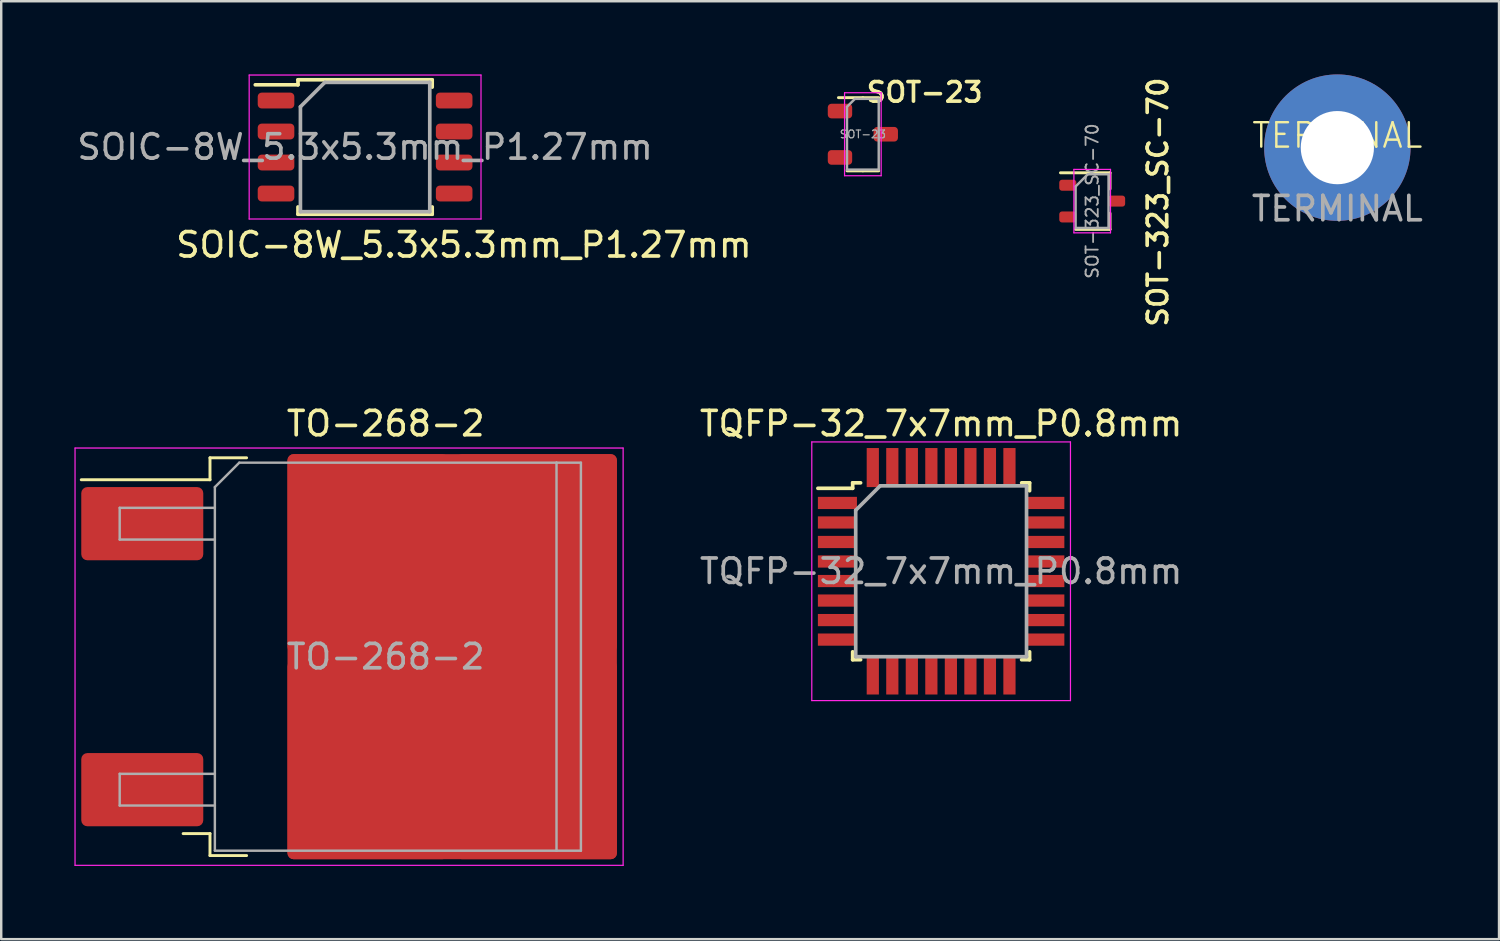
<source format=kicad_pcb>
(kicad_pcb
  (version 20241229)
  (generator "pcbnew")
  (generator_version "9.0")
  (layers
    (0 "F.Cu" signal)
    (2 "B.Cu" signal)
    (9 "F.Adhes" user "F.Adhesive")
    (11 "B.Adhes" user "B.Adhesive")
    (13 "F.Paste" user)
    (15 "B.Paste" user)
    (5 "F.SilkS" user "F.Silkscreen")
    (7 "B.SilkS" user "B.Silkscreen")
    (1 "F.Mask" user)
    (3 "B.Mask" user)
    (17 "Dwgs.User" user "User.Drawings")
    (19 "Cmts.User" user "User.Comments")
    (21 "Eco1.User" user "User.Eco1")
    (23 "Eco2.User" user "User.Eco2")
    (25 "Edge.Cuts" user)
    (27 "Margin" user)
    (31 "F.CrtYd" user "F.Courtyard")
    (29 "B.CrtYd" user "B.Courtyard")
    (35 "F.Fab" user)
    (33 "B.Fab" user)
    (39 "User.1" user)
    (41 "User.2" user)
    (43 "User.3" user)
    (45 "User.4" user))
  (footprint "SOT-23"
    (layer "F.Cu")
    (at 32.309 2.451)
    (property "Reference" "SOT-23" (at 2.531 -1.72 0) (layer "F.SilkS") (effects (font (size 0.8 0.8) (thickness 0.15))))
    (attr smd)
    (fp_line (start 0 -1.5) (end -1 -1.5) (stroke (width 0.12) (type solid)) (layer "F.SilkS"))
    (fp_line (start 0 -1.5) (end 0.65 -1.5) (stroke (width 0.12) (type solid)) (layer "F.SilkS"))
    (fp_line (start 0 1.5) (end -0.65 1.5) (stroke (width 0.12) (type solid)) (layer "F.SilkS"))
    (fp_line (start 0 1.5) (end 0.65 1.5) (stroke (width 0.12) (type solid)) (layer "F.SilkS"))
    (fp_line (start -0.75 -1.7) (end -0.75 1.7) (stroke (width 0.05) (type solid)) (layer "F.CrtYd"))
    (fp_line (start -0.75 1.7) (end 0.75 1.7) (stroke (width 0.05) (type solid)) (layer "F.CrtYd"))
    (fp_line (start 0.75 -1.7) (end -0.75 -1.7) (stroke (width 0.05) (type solid)) (layer "F.CrtYd"))
    (fp_line (start 0.75 1.7) (end 0.75 -1.7) (stroke (width 0.05) (type solid)) (layer "F.CrtYd"))
    (fp_line (start -0.65 -1.125) (end -0.325 -1.45) (stroke (width 0.1) (type solid)) (layer "F.Fab"))
    (fp_line (start -0.65 1.45) (end -0.65 -1.125) (stroke (width 0.1) (type solid)) (layer "F.Fab"))
    (fp_line (start -0.325 -1.45) (end 0.65 -1.45) (stroke (width 0.1) (type solid)) (layer "F.Fab"))
    (fp_line (start 0.65 -1.45) (end 0.65 1.45) (stroke (width 0.1) (type solid)) (layer "F.Fab"))
    (fp_line (start 0.65 1.45) (end -0.65 1.45) (stroke (width 0.1) (type solid)) (layer "F.Fab"))
    (fp_text user "${REFERENCE}" (at 0 0 0) (layer "F.Fab") (effects (font (size 0.32 0.32) (thickness 0.05))))
    (pad "1" smd roundrect (at -0.938 -0.95) (size 1 0.6) (layers "F.Cu" "F.Mask" "F.Paste") (roundrect_rratio 0.25))
    (pad "2" smd roundrect (at -0.938 0.95) (size 1 0.6) (layers "F.Cu" "F.Mask" "F.Paste") (roundrect_rratio 0.25))
    (pad "3" smd roundrect (at 0.938 0) (size 1 0.6) (layers "F.Cu" "F.Mask" "F.Paste") (roundrect_rratio 0.25)))
  (footprint "SOIC-8W_5.3x5.3mm_P1.27mm"
    (layer "F.Cu")
    (at 11.911 2.975)
    (property "Reference" "SOIC-8W_5.3x5.3mm_P1.27mm" (at 4.05 4.01 0) (layer "F.SilkS") (effects (font (size 1 1) (thickness 0.15))))
    (attr smd)
    (fp_line (start -2.75 -2.755) (end -2.75 -2.55) (stroke (width 0.15) (type solid)) (layer "F.SilkS"))
    (fp_line (start -2.75 -2.755) (end 2.75 -2.755) (stroke (width 0.15) (type solid)) (layer "F.SilkS"))
    (fp_line (start -2.75 -2.55) (end -4.5 -2.55) (stroke (width 0.15) (type solid)) (layer "F.SilkS"))
    (fp_line (start -2.75 2.755) (end -2.75 2.455) (stroke (width 0.15) (type solid)) (layer "F.SilkS"))
    (fp_line (start -2.75 2.755) (end 2.75 2.755) (stroke (width 0.15) (type solid)) (layer "F.SilkS"))
    (fp_line (start 2.75 -2.755) (end 2.75 -2.455) (stroke (width 0.15) (type solid)) (layer "F.SilkS"))
    (fp_line (start 2.75 2.755) (end 2.75 2.455) (stroke (width 0.15) (type solid)) (layer "F.SilkS"))
    (fp_line (start -4.75 -2.95) (end -4.75 2.95) (stroke (width 0.05) (type solid)) (layer "F.CrtYd"))
    (fp_line (start -4.75 -2.95) (end 4.75 -2.95) (stroke (width 0.05) (type solid)) (layer "F.CrtYd"))
    (fp_line (start -4.75 2.95) (end 4.75 2.95) (stroke (width 0.05) (type solid)) (layer "F.CrtYd"))
    (fp_line (start 4.75 -2.95) (end 4.75 2.95) (stroke (width 0.05) (type solid)) (layer "F.CrtYd"))
    (fp_line (start -2.65 -1.65) (end -1.65 -2.65) (stroke (width 0.15) (type solid)) (layer "F.Fab"))
    (fp_line (start -2.65 2.65) (end -2.65 -1.65) (stroke (width 0.15) (type solid)) (layer "F.Fab"))
    (fp_line (start -1.65 -2.65) (end 2.65 -2.65) (stroke (width 0.15) (type solid)) (layer "F.Fab"))
    (fp_line (start 2.65 -2.65) (end 2.65 2.65) (stroke (width 0.15) (type solid)) (layer "F.Fab"))
    (fp_line (start 2.65 2.65) (end -2.65 2.65) (stroke (width 0.15) (type solid)) (layer "F.Fab"))
    (fp_text user "${REFERENCE}" (at 0 0 0) (layer "F.Fab") (effects (font (size 1 1) (thickness 0.15))))
    (pad "1" smd roundrect (at -3.65 -1.905) (size 1.5 0.65) (layers "F.Cu" "F.Mask" "F.Paste") (roundrect_rratio 0.25))
    (pad "2" smd roundrect (at -3.65 -0.635) (size 1.5 0.65) (layers "F.Cu" "F.Mask" "F.Paste") (roundrect_rratio 0.25))
    (pad "3" smd roundrect (at -3.65 0.635) (size 1.5 0.65) (layers "F.Cu" "F.Mask" "F.Paste") (roundrect_rratio 0.25))
    (pad "4" smd roundrect (at -3.65 1.905) (size 1.5 0.65) (layers "F.Cu" "F.Mask" "F.Paste") (roundrect_rratio 0.25))
    (pad "5" smd roundrect (at 3.65 1.905) (size 1.5 0.65) (layers "F.Cu" "F.Mask" "F.Paste") (roundrect_rratio 0.25))
    (pad "6" smd roundrect (at 3.65 0.635) (size 1.5 0.65) (layers "F.Cu" "F.Mask" "F.Paste") (roundrect_rratio 0.25))
    (pad "7" smd roundrect (at 3.65 -0.635) (size 1.5 0.65) (layers "F.Cu" "F.Mask" "F.Paste") (roundrect_rratio 0.25))
    (pad "8" smd roundrect (at 3.65 -1.905) (size 1.5 0.65) (layers "F.Cu" "F.Mask" "F.Paste") (roundrect_rratio 0.25)))
  (footprint "TO-268-2"
    (layer "F.Cu")
    (at 12.755 23.86)
    (property "Reference" "TO-268-2" (at 0 -9.55 0) (layer "F.SilkS") (effects (font (size 1 1) (thickness 0.15))))
    (attr smd)
    (fp_line (start -7.2 -8.15) (end -7.2 -7.25) (stroke (width 0.12) (type solid)) (layer "F.SilkS"))
    (fp_line (start -7.2 -7.25) (end -12.475 -7.25) (stroke (width 0.12) (type solid)) (layer "F.SilkS"))
    (fp_line (start -7.2 7.25) (end -8.3 7.25) (stroke (width 0.12) (type solid)) (layer "F.SilkS"))
    (fp_line (start -7.2 8.15) (end -7.2 7.25) (stroke (width 0.12) (type solid)) (layer "F.SilkS"))
    (fp_line (start -5.7 -8.15) (end -7.2 -8.15) (stroke (width 0.12) (type solid)) (layer "F.SilkS"))
    (fp_line (start -5.7 8.15) (end -7.2 8.15) (stroke (width 0.12) (type solid)) (layer "F.SilkS"))
    (fp_line (start -12.73 -8.55) (end -12.73 8.55) (stroke (width 0.05) (type solid)) (layer "F.CrtYd"))
    (fp_line (start -12.73 8.55) (end 9.73 8.55) (stroke (width 0.05) (type solid)) (layer "F.CrtYd"))
    (fp_line (start 9.73 -8.55) (end -12.73 -8.55) (stroke (width 0.05) (type solid)) (layer "F.CrtYd"))
    (fp_line (start 9.73 8.55) (end 9.73 -8.55) (stroke (width 0.05) (type solid)) (layer "F.CrtYd"))
    (fp_line (start -10.9 -6.1) (end -10.9 -4.8) (stroke (width 0.1) (type solid)) (layer "F.Fab"))
    (fp_line (start -10.9 -4.8) (end -7 -4.8) (stroke (width 0.1) (type solid)) (layer "F.Fab"))
    (fp_line (start -10.9 4.8) (end -10.9 6.1) (stroke (width 0.1) (type solid)) (layer "F.Fab"))
    (fp_line (start -10.9 6.1) (end -7 6.1) (stroke (width 0.1) (type solid)) (layer "F.Fab"))
    (fp_line (start -7 -6.95) (end -6 -7.95) (stroke (width 0.1) (type solid)) (layer "F.Fab"))
    (fp_line (start -7 -6.1) (end -10.9 -6.1) (stroke (width 0.1) (type solid)) (layer "F.Fab"))
    (fp_line (start -7 4.8) (end -10.9 4.8) (stroke (width 0.1) (type solid)) (layer "F.Fab"))
    (fp_line (start -7 7.95) (end -7 -6.95) (stroke (width 0.1) (type solid)) (layer "F.Fab"))
    (fp_line (start -6 -7.95) (end 7 -7.95) (stroke (width 0.1) (type solid)) (layer "F.Fab"))
    (fp_line (start 7 -7.95) (end 7 7.95) (stroke (width 0.1) (type solid)) (layer "F.Fab"))
    (fp_line (start 7 -7.95) (end 8 -7.95) (stroke (width 0.1) (type solid)) (layer "F.Fab"))
    (fp_line (start 7 7.95) (end -7 7.95) (stroke (width 0.1) (type solid)) (layer "F.Fab"))
    (fp_line (start 8 -7.95) (end 8 7.95) (stroke (width 0.1) (type solid)) (layer "F.Fab"))
    (fp_line (start 8 7.95) (end 7 7.95) (stroke (width 0.1) (type solid)) (layer "F.Fab"))
    (fp_text user "${REFERENCE}" (at 0 0 0) (layer "F.Fab") (effects (font (size 1 1) (thickness 0.15))))
    (pad "1" smd roundrect (at -9.975 -5.45) (size 5 3) (layers "F.Cu" "F.Mask" "F.Paste") (roundrect_rratio 0.083))
    (pad "2" smd roundrect (at -0.725 -4.225) (size 6.6 8.15) (layers "F.Cu" "F.Paste") (roundrect_rratio 0.038))
    (pad "2" smd roundrect (at -0.725 4.225) (size 6.6 8.15) (layers "F.Cu" "F.Paste") (roundrect_rratio 0.038))
    (pad "2" smd roundrect (at 2.725 0) (size 13.5 16.6) (layers "*.Mask" "F.Cu") (roundrect_rratio 0.019))
    (pad "2" smd roundrect (at 6.175 -4.225) (size 6.6 8.15) (layers "F.Cu" "F.Paste") (roundrect_rratio 0.038))
    (pad "2" smd roundrect (at 6.175 4.225) (size 6.6 8.15) (layers "F.Cu" "F.Paste") (roundrect_rratio 0.038))
    (pad "3" smd roundrect (at -9.975 5.45) (size 5 3) (layers "F.Cu" "F.Mask" "F.Paste") (roundrect_rratio 0.083)))
  (footprint "TQFP-32_7x7mm_P0.8mm"
    (layer "F.Cu")
    (at 35.516 20.36)
    (property "Reference" "TQFP-32_7x7mm_P0.8mm" (at 0 -6.05 0) (layer "F.SilkS") (effects (font (size 1 1) (thickness 0.15))))
    (attr smd)
    (fp_line (start -3.625 -3.625) (end -3.625 -3.4) (stroke (width 0.15) (type solid)) (layer "F.SilkS"))
    (fp_line (start -3.625 -3.625) (end -3.3 -3.625) (stroke (width 0.15) (type solid)) (layer "F.SilkS"))
    (fp_line (start -3.625 -3.4) (end -5.05 -3.4) (stroke (width 0.15) (type solid)) (layer "F.SilkS"))
    (fp_line (start -3.625 3.625) (end -3.625 3.3) (stroke (width 0.15) (type solid)) (layer "F.SilkS"))
    (fp_line (start -3.625 3.625) (end -3.3 3.625) (stroke (width 0.15) (type solid)) (layer "F.SilkS"))
    (fp_line (start 3.625 -3.625) (end 3.3 -3.625) (stroke (width 0.15) (type solid)) (layer "F.SilkS"))
    (fp_line (start 3.625 -3.625) (end 3.625 -3.3) (stroke (width 0.15) (type solid)) (layer "F.SilkS"))
    (fp_line (start 3.625 3.625) (end 3.3 3.625) (stroke (width 0.15) (type solid)) (layer "F.SilkS"))
    (fp_line (start 3.625 3.625) (end 3.625 3.3) (stroke (width 0.15) (type solid)) (layer "F.SilkS"))
    (fp_line (start -5.3 -5.3) (end -5.3 5.3) (stroke (width 0.05) (type solid)) (layer "F.CrtYd"))
    (fp_line (start -5.3 -5.3) (end 5.3 -5.3) (stroke (width 0.05) (type solid)) (layer "F.CrtYd"))
    (fp_line (start -5.3 5.3) (end 5.3 5.3) (stroke (width 0.05) (type solid)) (layer "F.CrtYd"))
    (fp_line (start 5.3 -5.3) (end 5.3 5.3) (stroke (width 0.05) (type solid)) (layer "F.CrtYd"))
    (fp_line (start -3.5 -2.5) (end -2.5 -3.5) (stroke (width 0.15) (type solid)) (layer "F.Fab"))
    (fp_line (start -3.5 3.5) (end -3.5 -2.5) (stroke (width 0.15) (type solid)) (layer "F.Fab"))
    (fp_line (start -2.5 -3.5) (end 3.5 -3.5) (stroke (width 0.15) (type solid)) (layer "F.Fab"))
    (fp_line (start 3.5 -3.5) (end 3.5 3.5) (stroke (width 0.15) (type solid)) (layer "F.Fab"))
    (fp_line (start 3.5 3.5) (end -3.5 3.5) (stroke (width 0.15) (type solid)) (layer "F.Fab"))
    (fp_text user "${REFERENCE}" (at 0 0 0) (layer "F.Fab") (effects (font (size 1 1) (thickness 0.15))))
    (pad "1" smd rect (at -4.25 -2.8) (size 1.6 0.5) (layers "F.Cu" "F.Mask" "F.Paste"))
    (pad "2" smd rect (at -4.25 -2) (size 1.6 0.5) (layers "F.Cu" "F.Mask" "F.Paste"))
    (pad "3" smd rect (at -4.25 -1.2) (size 1.6 0.5) (layers "F.Cu" "F.Mask" "F.Paste"))
    (pad "4" smd rect (at -4.25 -0.4) (size 1.6 0.5) (layers "F.Cu" "F.Mask" "F.Paste"))
    (pad "5" smd rect (at -4.25 0.4) (size 1.6 0.5) (layers "F.Cu" "F.Mask" "F.Paste"))
    (pad "6" smd rect (at -4.25 1.2) (size 1.6 0.5) (layers "F.Cu" "F.Mask" "F.Paste"))
    (pad "7" smd rect (at -4.25 2) (size 1.6 0.5) (layers "F.Cu" "F.Mask" "F.Paste"))
    (pad "8" smd rect (at -4.25 2.8) (size 1.6 0.5) (layers "F.Cu" "F.Mask" "F.Paste"))
    (pad "9" smd rect (at -2.8 4.25 90) (size 1.6 0.5) (layers "F.Cu" "F.Mask" "F.Paste"))
    (pad "10" smd rect (at -2 4.25 90) (size 1.6 0.5) (layers "F.Cu" "F.Mask" "F.Paste"))
    (pad "11" smd rect (at -1.2 4.25 90) (size 1.6 0.5) (layers "F.Cu" "F.Mask" "F.Paste"))
    (pad "12" smd rect (at -0.4 4.25 90) (size 1.6 0.5) (layers "F.Cu" "F.Mask" "F.Paste"))
    (pad "13" smd rect (at 0.4 4.25 90) (size 1.6 0.5) (layers "F.Cu" "F.Mask" "F.Paste"))
    (pad "14" smd rect (at 1.2 4.25 90) (size 1.6 0.5) (layers "F.Cu" "F.Mask" "F.Paste"))
    (pad "15" smd rect (at 2 4.25 90) (size 1.6 0.5) (layers "F.Cu" "F.Mask" "F.Paste"))
    (pad "16" smd rect (at 2.8 4.25 90) (size 1.6 0.5) (layers "F.Cu" "F.Mask" "F.Paste"))
    (pad "17" smd rect (at 4.25 2.8) (size 1.6 0.5) (layers "F.Cu" "F.Mask" "F.Paste"))
    (pad "18" smd rect (at 4.25 2) (size 1.6 0.5) (layers "F.Cu" "F.Mask" "F.Paste"))
    (pad "19" smd rect (at 4.25 1.2) (size 1.6 0.5) (layers "F.Cu" "F.Mask" "F.Paste"))
    (pad "20" smd rect (at 4.25 0.4) (size 1.6 0.5) (layers "F.Cu" "F.Mask" "F.Paste"))
    (pad "21" smd rect (at 4.25 -0.4) (size 1.6 0.5) (layers "F.Cu" "F.Mask" "F.Paste"))
    (pad "22" smd rect (at 4.25 -1.2) (size 1.6 0.5) (layers "F.Cu" "F.Mask" "F.Paste"))
    (pad "23" smd rect (at 4.25 -2) (size 1.6 0.5) (layers "F.Cu" "F.Mask" "F.Paste"))
    (pad "24" smd rect (at 4.25 -2.8) (size 1.6 0.5) (layers "F.Cu" "F.Mask" "F.Paste"))
    (pad "25" smd rect (at 2.8 -4.25 90) (size 1.6 0.5) (layers "F.Cu" "F.Mask" "F.Paste"))
    (pad "26" smd rect (at 2 -4.25 90) (size 1.6 0.5) (layers "F.Cu" "F.Mask" "F.Paste"))
    (pad "27" smd rect (at 1.2 -4.25 90) (size 1.6 0.5) (layers "F.Cu" "F.Mask" "F.Paste"))
    (pad "28" smd rect (at 0.4 -4.25 90) (size 1.6 0.5) (layers "F.Cu" "F.Mask" "F.Paste"))
    (pad "29" smd rect (at -0.4 -4.25 90) (size 1.6 0.5) (layers "F.Cu" "F.Mask" "F.Paste"))
    (pad "30" smd rect (at -1.2 -4.25 90) (size 1.6 0.5) (layers "F.Cu" "F.Mask" "F.Paste"))
    (pad "31" smd rect (at -2 -4.25 90) (size 1.6 0.5) (layers "F.Cu" "F.Mask" "F.Paste"))
    (pad "32" smd rect (at -2.8 -4.25 90) (size 1.6 0.5) (layers "F.Cu" "F.Mask" "F.Paste")))
  (footprint "TERMINAL"
    (layer "F.Cu")
    (at 51.753 3)
    (property "Reference" "TERMINAL" (at 0 -0.5 0) (unlocked yes) (layer "F.SilkS") (effects (font (size 1 1) (thickness 0.1))))
    (fp_text user "${REFERENCE}" (at 0 2.5 0) (unlocked yes) (layer "F.Fab") (effects (font (size 1 1) (thickness 0.15))))
    (pad "1" thru_hole circle (at 0 0) (size 6 6) (drill 3) (layers "*.Cu" "*.Mask")))
  (footprint "SOT-323_SC-70"
    (layer "F.Cu")
    (at 41.707 5.191)
    (property "Reference" "SOT-323_SC-70" (at 2.69 0.04 270) (layer "F.SilkS") (effects (font (size 0.8 0.8) (thickness 0.15))))
    (attr smd)
    (fp_line (start -0.68 1.16) (end 0.73 1.16) (stroke (width 0.12) (type solid)) (layer "F.SilkS"))
    (fp_line (start 0.73 -1.16) (end -1.3 -1.16) (stroke (width 0.12) (type solid)) (layer "F.SilkS"))
    (fp_line (start 0.73 -1.16) (end 0.73 -0.5) (stroke (width 0.12) (type solid)) (layer "F.SilkS"))
    (fp_line (start 0.73 0.5) (end 0.73 1.16) (stroke (width 0.12) (type solid)) (layer "F.SilkS"))
    (fp_line (start -0.75 -1.3) (end 0.75 -1.3) (stroke (width 0.05) (type solid)) (layer "F.CrtYd"))
    (fp_line (start -0.75 1.3) (end -0.75 -1.3) (stroke (width 0.05) (type solid)) (layer "F.CrtYd"))
    (fp_line (start 0.75 -1.3) (end 0.75 1.3) (stroke (width 0.05) (type solid)) (layer "F.CrtYd"))
    (fp_line (start 0.75 1.3) (end -0.75 1.3) (stroke (width 0.05) (type solid)) (layer "F.CrtYd"))
    (fp_line (start -0.68 -0.6) (end -0.68 1.1) (stroke (width 0.1) (type solid)) (layer "F.Fab"))
    (fp_line (start -0.18 -1.1) (end -0.68 -0.6) (stroke (width 0.1) (type solid)) (layer "F.Fab"))
    (fp_line (start 0.67 -1.1) (end -0.18 -1.1) (stroke (width 0.1) (type solid)) (layer "F.Fab"))
    (fp_line (start 0.67 -1.1) (end 0.67 1.1) (stroke (width 0.1) (type solid)) (layer "F.Fab"))
    (fp_line (start 0.67 1.1) (end -0.68 1.1) (stroke (width 0.1) (type solid)) (layer "F.Fab"))
    (fp_text user "${REFERENCE}" (at 0 0 270) (layer "F.Fab") (effects (font (size 0.5 0.5) (thickness 0.075))))
    (pad "1" smd roundrect (at -1 -0.65 270) (size 0.45 0.7) (layers "F.Cu" "F.Mask" "F.Paste") (roundrect_rratio 0.25))
    (pad "2" smd roundrect (at -1 0.65 270) (size 0.45 0.7) (layers "F.Cu" "F.Mask" "F.Paste") (roundrect_rratio 0.25))
    (pad "3" smd roundrect (at 1 0 270) (size 0.45 0.7) (layers "F.Cu" "F.Mask" "F.Paste") (roundrect_rratio 0.25)))
  (gr_rect
    (start -3 -3)
    (end 58.378 35.435)
    (stroke (width 0.1) (type default))
    (fill no)
    (layer "Edge.Cuts")))
</source>
